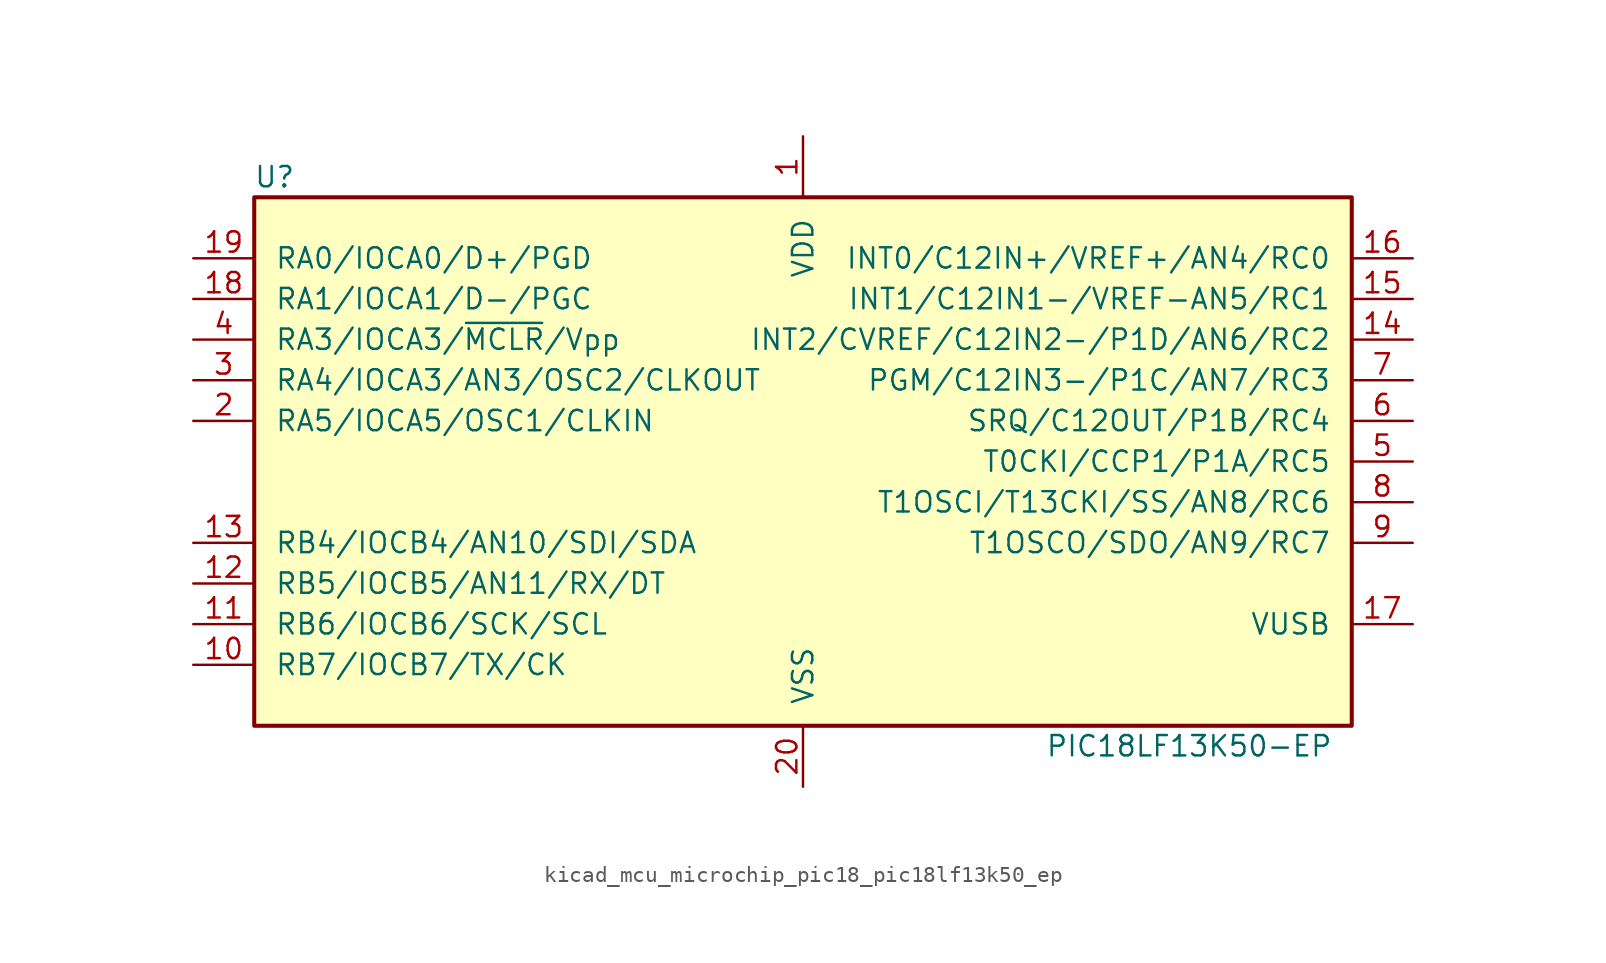
<source format=kicad_sym>
(kicad_symbol_lib
  (version 20220914)
  (generator kicad_symbol_editor)
  (symbol "kicad_mcu_microchip_pic18_pic18lf13k50_ep"
    (pin_names
      (offset 1.27))
    (property "Reference" "U"
      (at -33.02 17.78 0)
      (effects (font (size 1.27 1.27))))
    (property "Value" "PIC18LF13K50-EP"
      (at 24.13 -17.78 0)
      (effects (font (size 1.27 1.27))))
    (symbol "kicad_mcu_microchip_pic18_pic18lf13k50_ep_0_1"
      (rectangle (start -34.29 16.51) (end 34.29 -16.51) (stroke (width 0.254) (type default)) (fill (type background))))
    (symbol "kicad_mcu_microchip_pic18_pic18lf13k50_ep_1_1"
      (pin power_in line (at 0 20.32 270) (length 3.81) (name "VDD" (effects (font (size 1.27 1.27)))) (number "1" (effects (font (size 1.27 1.27)))))
      (pin bidirectional line (at -38.1 -12.7 0) (length 3.81) (name "RB7/IOCB7/TX/CK" (effects (font (size 1.27 1.27)))) (number "10" (effects (font (size 1.27 1.27)))))
      (pin bidirectional line (at -38.1 -10.16 0) (length 3.81) (name "RB6/IOCB6/SCK/SCL" (effects (font (size 1.27 1.27)))) (number "11" (effects (font (size 1.27 1.27)))))
      (pin bidirectional line (at -38.1 -7.62 0) (length 3.81) (name "RB5/IOCB5/AN11/RX/DT" (effects (font (size 1.27 1.27)))) (number "12" (effects (font (size 1.27 1.27)))))
      (pin bidirectional line (at -38.1 -5.08 0) (length 3.81) (name "RB4/IOCB4/AN10/SDI/SDA" (effects (font (size 1.27 1.27)))) (number "13" (effects (font (size 1.27 1.27)))))
      (pin bidirectional line (at 38.1 7.62 180) (length 3.81) (name "INT2/CVREF/C12IN2-/P1D/AN6/RC2" (effects (font (size 1.27 1.27)))) (number "14" (effects (font (size 1.27 1.27)))))
      (pin bidirectional line (at 38.1 10.16 180) (length 3.81) (name "INT1/C12IN1-/VREF-AN5/RC1" (effects (font (size 1.27 1.27)))) (number "15" (effects (font (size 1.27 1.27)))))
      (pin bidirectional line (at 38.1 12.7 180) (length 3.81) (name "INT0/C12IN+/VREF+/AN4/RC0" (effects (font (size 1.27 1.27)))) (number "16" (effects (font (size 1.27 1.27)))))
      (pin passive line (at 38.1 -10.16 180) (length 3.81) (name "VUSB" (effects (font (size 1.27 1.27)))) (number "17" (effects (font (size 1.27 1.27)))))
      (pin bidirectional line (at -38.1 10.16 0) (length 3.81) (name "RA1/IOCA1/D-/PGC" (effects (font (size 1.27 1.27)))) (number "18" (effects (font (size 1.27 1.27)))))
      (pin bidirectional line (at -38.1 12.7 0) (length 3.81) (name "RA0/IOCA0/D+/PGD" (effects (font (size 1.27 1.27)))) (number "19" (effects (font (size 1.27 1.27)))))
      (pin bidirectional line (at -38.1 2.54 0) (length 3.81) (name "RA5/IOCA5/OSC1/CLKIN" (effects (font (size 1.27 1.27)))) (number "2" (effects (font (size 1.27 1.27)))))
      (pin power_in line (at 0 -20.32 90) (length 3.81) (name "VSS" (effects (font (size 1.27 1.27)))) (number "20" (effects (font (size 1.27 1.27)))))
      (pin bidirectional line (at -38.1 5.08 0) (length 3.81) (name "RA4/IOCA3/AN3/OSC2/CLKOUT" (effects (font (size 1.27 1.27)))) (number "3" (effects (font (size 1.27 1.27)))))
      (pin input line (at -38.1 7.62 0) (length 3.81) (name "RA3/IOCA3/~{MCLR}/Vpp" (effects (font (size 1.27 1.27)))) (number "4" (effects (font (size 1.27 1.27)))))
      (pin bidirectional line (at 38.1 0 180) (length 3.81) (name "T0CKI/CCP1/P1A/RC5" (effects (font (size 1.27 1.27)))) (number "5" (effects (font (size 1.27 1.27)))))
      (pin bidirectional line (at 38.1 2.54 180) (length 3.81) (name "SRQ/C12OUT/P1B/RC4" (effects (font (size 1.27 1.27)))) (number "6" (effects (font (size 1.27 1.27)))))
      (pin bidirectional line (at 38.1 5.08 180) (length 3.81) (name "PGM/C12IN3-/P1C/AN7/RC3" (effects (font (size 1.27 1.27)))) (number "7" (effects (font (size 1.27 1.27)))))
      (pin bidirectional line (at 38.1 -2.54 180) (length 3.81) (name "T1OSCI/T13CKI/SS/AN8/RC6" (effects (font (size 1.27 1.27)))) (number "8" (effects (font (size 1.27 1.27)))))
      (pin bidirectional line (at 38.1 -5.08 180) (length 3.81) (name "T1OSCO/SDO/AN9/RC7" (effects (font (size 1.27 1.27)))) (number "9" (effects (font (size 1.27 1.27))))))))
</source>
